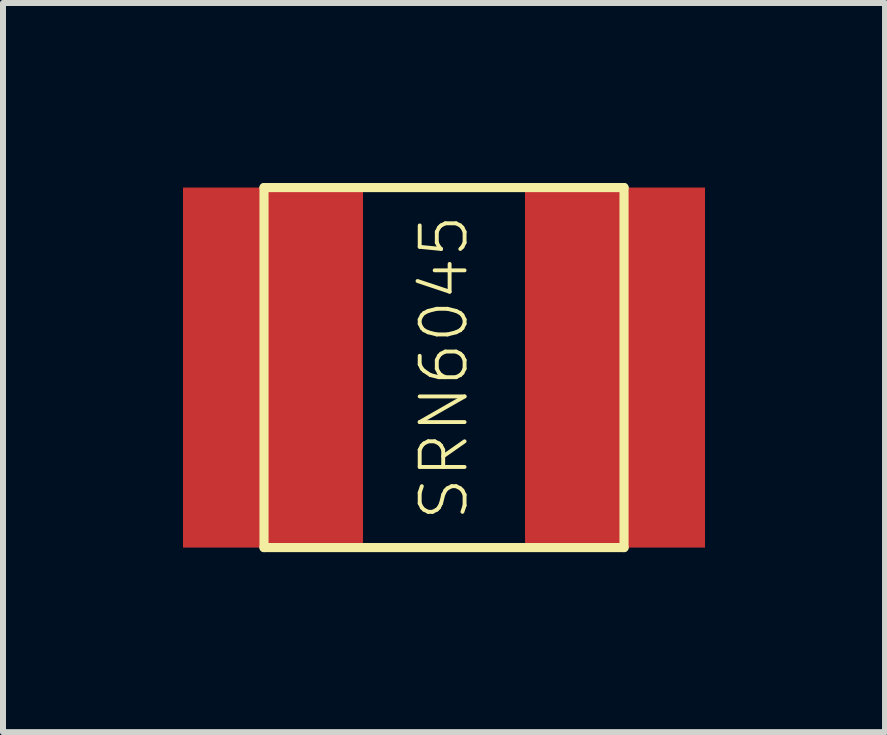
<source format=kicad_pcb>
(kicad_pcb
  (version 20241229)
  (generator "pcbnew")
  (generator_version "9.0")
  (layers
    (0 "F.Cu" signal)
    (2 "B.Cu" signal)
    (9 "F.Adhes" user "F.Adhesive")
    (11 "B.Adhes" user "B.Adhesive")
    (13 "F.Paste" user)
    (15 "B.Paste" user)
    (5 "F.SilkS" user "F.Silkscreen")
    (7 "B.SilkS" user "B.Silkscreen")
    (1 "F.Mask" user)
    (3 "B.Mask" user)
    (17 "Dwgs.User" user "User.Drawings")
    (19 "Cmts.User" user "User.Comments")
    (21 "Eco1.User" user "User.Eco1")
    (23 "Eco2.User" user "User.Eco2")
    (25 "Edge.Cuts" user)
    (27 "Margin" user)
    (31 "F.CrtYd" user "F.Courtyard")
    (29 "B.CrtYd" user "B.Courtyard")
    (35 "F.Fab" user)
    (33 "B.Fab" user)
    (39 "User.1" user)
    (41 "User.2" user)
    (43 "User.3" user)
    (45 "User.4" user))
  (footprint "SRN6045"
    (layer "F.Cu")
    (at 4.35 3.076)
    (property "Reference" "SRN6045" (at 0 0 90) (unlocked yes) (layer "F.SilkS") (effects (font (size 0.748 0.748) (thickness 0.065))))
    (fp_line (start -3 -3) (end 3 -3) (stroke (width 0.152) (type solid)) (layer "F.SilkS"))
    (fp_line (start -3 3) (end -3 -3) (stroke (width 0.152) (type solid)) (layer "F.SilkS"))
    (fp_line (start 3 -3) (end 3 3) (stroke (width 0.152) (type solid)) (layer "F.SilkS"))
    (fp_line (start 3 3) (end -3 3) (stroke (width 0.152) (type solid)) (layer "F.SilkS"))
    (pad "1" smd rect (at -2.85 0 90) (size 6 3) (layers "F.Cu" "F.Mask" "F.Paste"))
    (pad "2" smd rect (at 2.85 0 90) (size 6 3) (layers "F.Cu" "F.Mask" "F.Paste")))
  (gr_rect
    (start -3 -3)
    (end 11.7 9.152)
    (stroke (width 0.1) (type default))
    (fill no)
    (layer "Edge.Cuts")))
</source>
